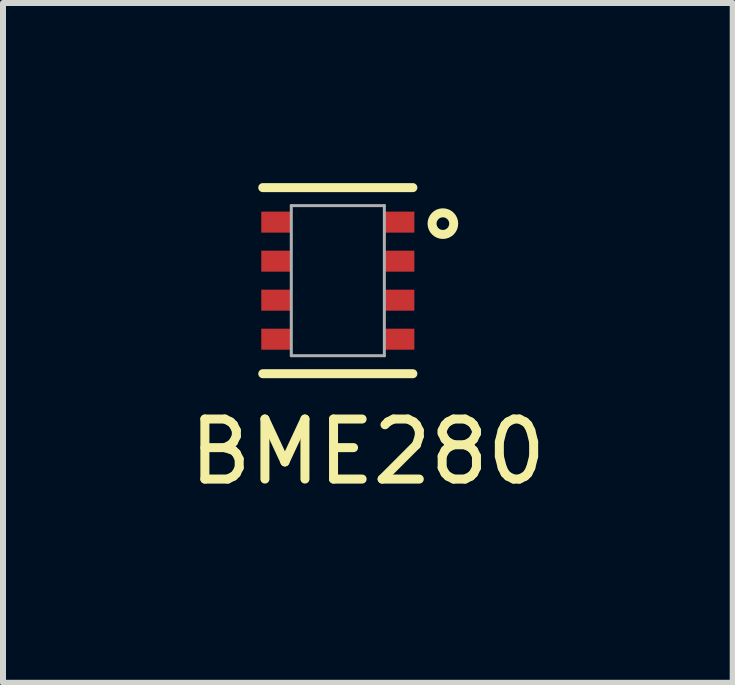
<source format=kicad_pcb>
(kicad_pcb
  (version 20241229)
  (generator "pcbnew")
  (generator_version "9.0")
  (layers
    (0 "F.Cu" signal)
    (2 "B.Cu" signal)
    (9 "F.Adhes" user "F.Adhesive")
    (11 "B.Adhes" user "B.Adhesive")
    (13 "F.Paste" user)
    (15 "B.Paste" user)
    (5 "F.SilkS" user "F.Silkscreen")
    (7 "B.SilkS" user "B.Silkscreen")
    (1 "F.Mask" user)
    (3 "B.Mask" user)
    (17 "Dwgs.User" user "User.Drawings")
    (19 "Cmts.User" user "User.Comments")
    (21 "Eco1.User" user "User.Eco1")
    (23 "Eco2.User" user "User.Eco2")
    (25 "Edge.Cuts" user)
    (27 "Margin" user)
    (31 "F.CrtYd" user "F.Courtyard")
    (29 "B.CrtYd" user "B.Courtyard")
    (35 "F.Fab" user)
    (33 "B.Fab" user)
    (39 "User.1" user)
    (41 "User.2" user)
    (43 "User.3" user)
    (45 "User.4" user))
  (footprint "BME280"
    (layer "F.Cu")
    (at 2.577 1.625)
    (property "Reference" "BME280" (at 0.5 2.85 0) (layer "F.SilkS") (effects (font (size 1 1) (thickness 0.15))))
    (attr through_hole)
    (fp_line (start -1.25 -1.55) (end 1.25 -1.55) (stroke (width 0.15) (type solid)) (layer "F.SilkS"))
    (fp_line (start -1.25 1.55) (end 1.25 1.55) (stroke (width 0.15) (type solid)) (layer "F.SilkS"))
    (fp_circle (center 1.75 -0.95) (end 1.65 -0.8) (stroke (width 0.15) (type solid)) (fill no) (layer "F.SilkS"))
    (fp_line (start -0.775 -1.25) (end 0.775 -1.25) (stroke (width 0.05) (type solid)) (layer "F.Fab"))
    (fp_line (start -0.775 1.25) (end -0.775 -1.25) (stroke (width 0.05) (type solid)) (layer "F.Fab"))
    (fp_line (start 0.775 -1.25) (end 0.775 1.25) (stroke (width 0.05) (type solid)) (layer "F.Fab"))
    (fp_line (start 0.775 1.25) (end -0.775 1.25) (stroke (width 0.05) (type solid)) (layer "F.Fab"))
    (pad "1" smd rect (at 1.025 -0.975) (size 0.5 0.35) (layers "F.Cu" "F.Mask" "F.Paste"))
    (pad "2" smd rect (at 1.025 -0.325) (size 0.5 0.35) (layers "F.Cu" "F.Mask" "F.Paste"))
    (pad "3" smd rect (at 1.025 0.325) (size 0.5 0.35) (layers "F.Cu" "F.Mask" "F.Paste"))
    (pad "4" smd rect (at 1.025 0.975) (size 0.5 0.35) (layers "F.Cu" "F.Mask" "F.Paste"))
    (pad "5" smd rect (at -1.025 0.975) (size 0.5 0.35) (layers "F.Cu" "F.Mask" "F.Paste"))
    (pad "6" smd rect (at -1.025 0.325) (size 0.5 0.35) (layers "F.Cu" "F.Mask" "F.Paste"))
    (pad "7" smd rect (at -1.025 -0.325) (size 0.5 0.35) (layers "F.Cu" "F.Mask" "F.Paste"))
    (pad "8" smd rect (at -1.025 -0.975) (size 0.5 0.35) (layers "F.Cu" "F.Mask" "F.Paste")))
  (gr_rect
    (start -3 -3)
    (end 9.155 8.323)
    (stroke (width 0.1) (type default))
    (fill no)
    (layer "Edge.Cuts")))
</source>
